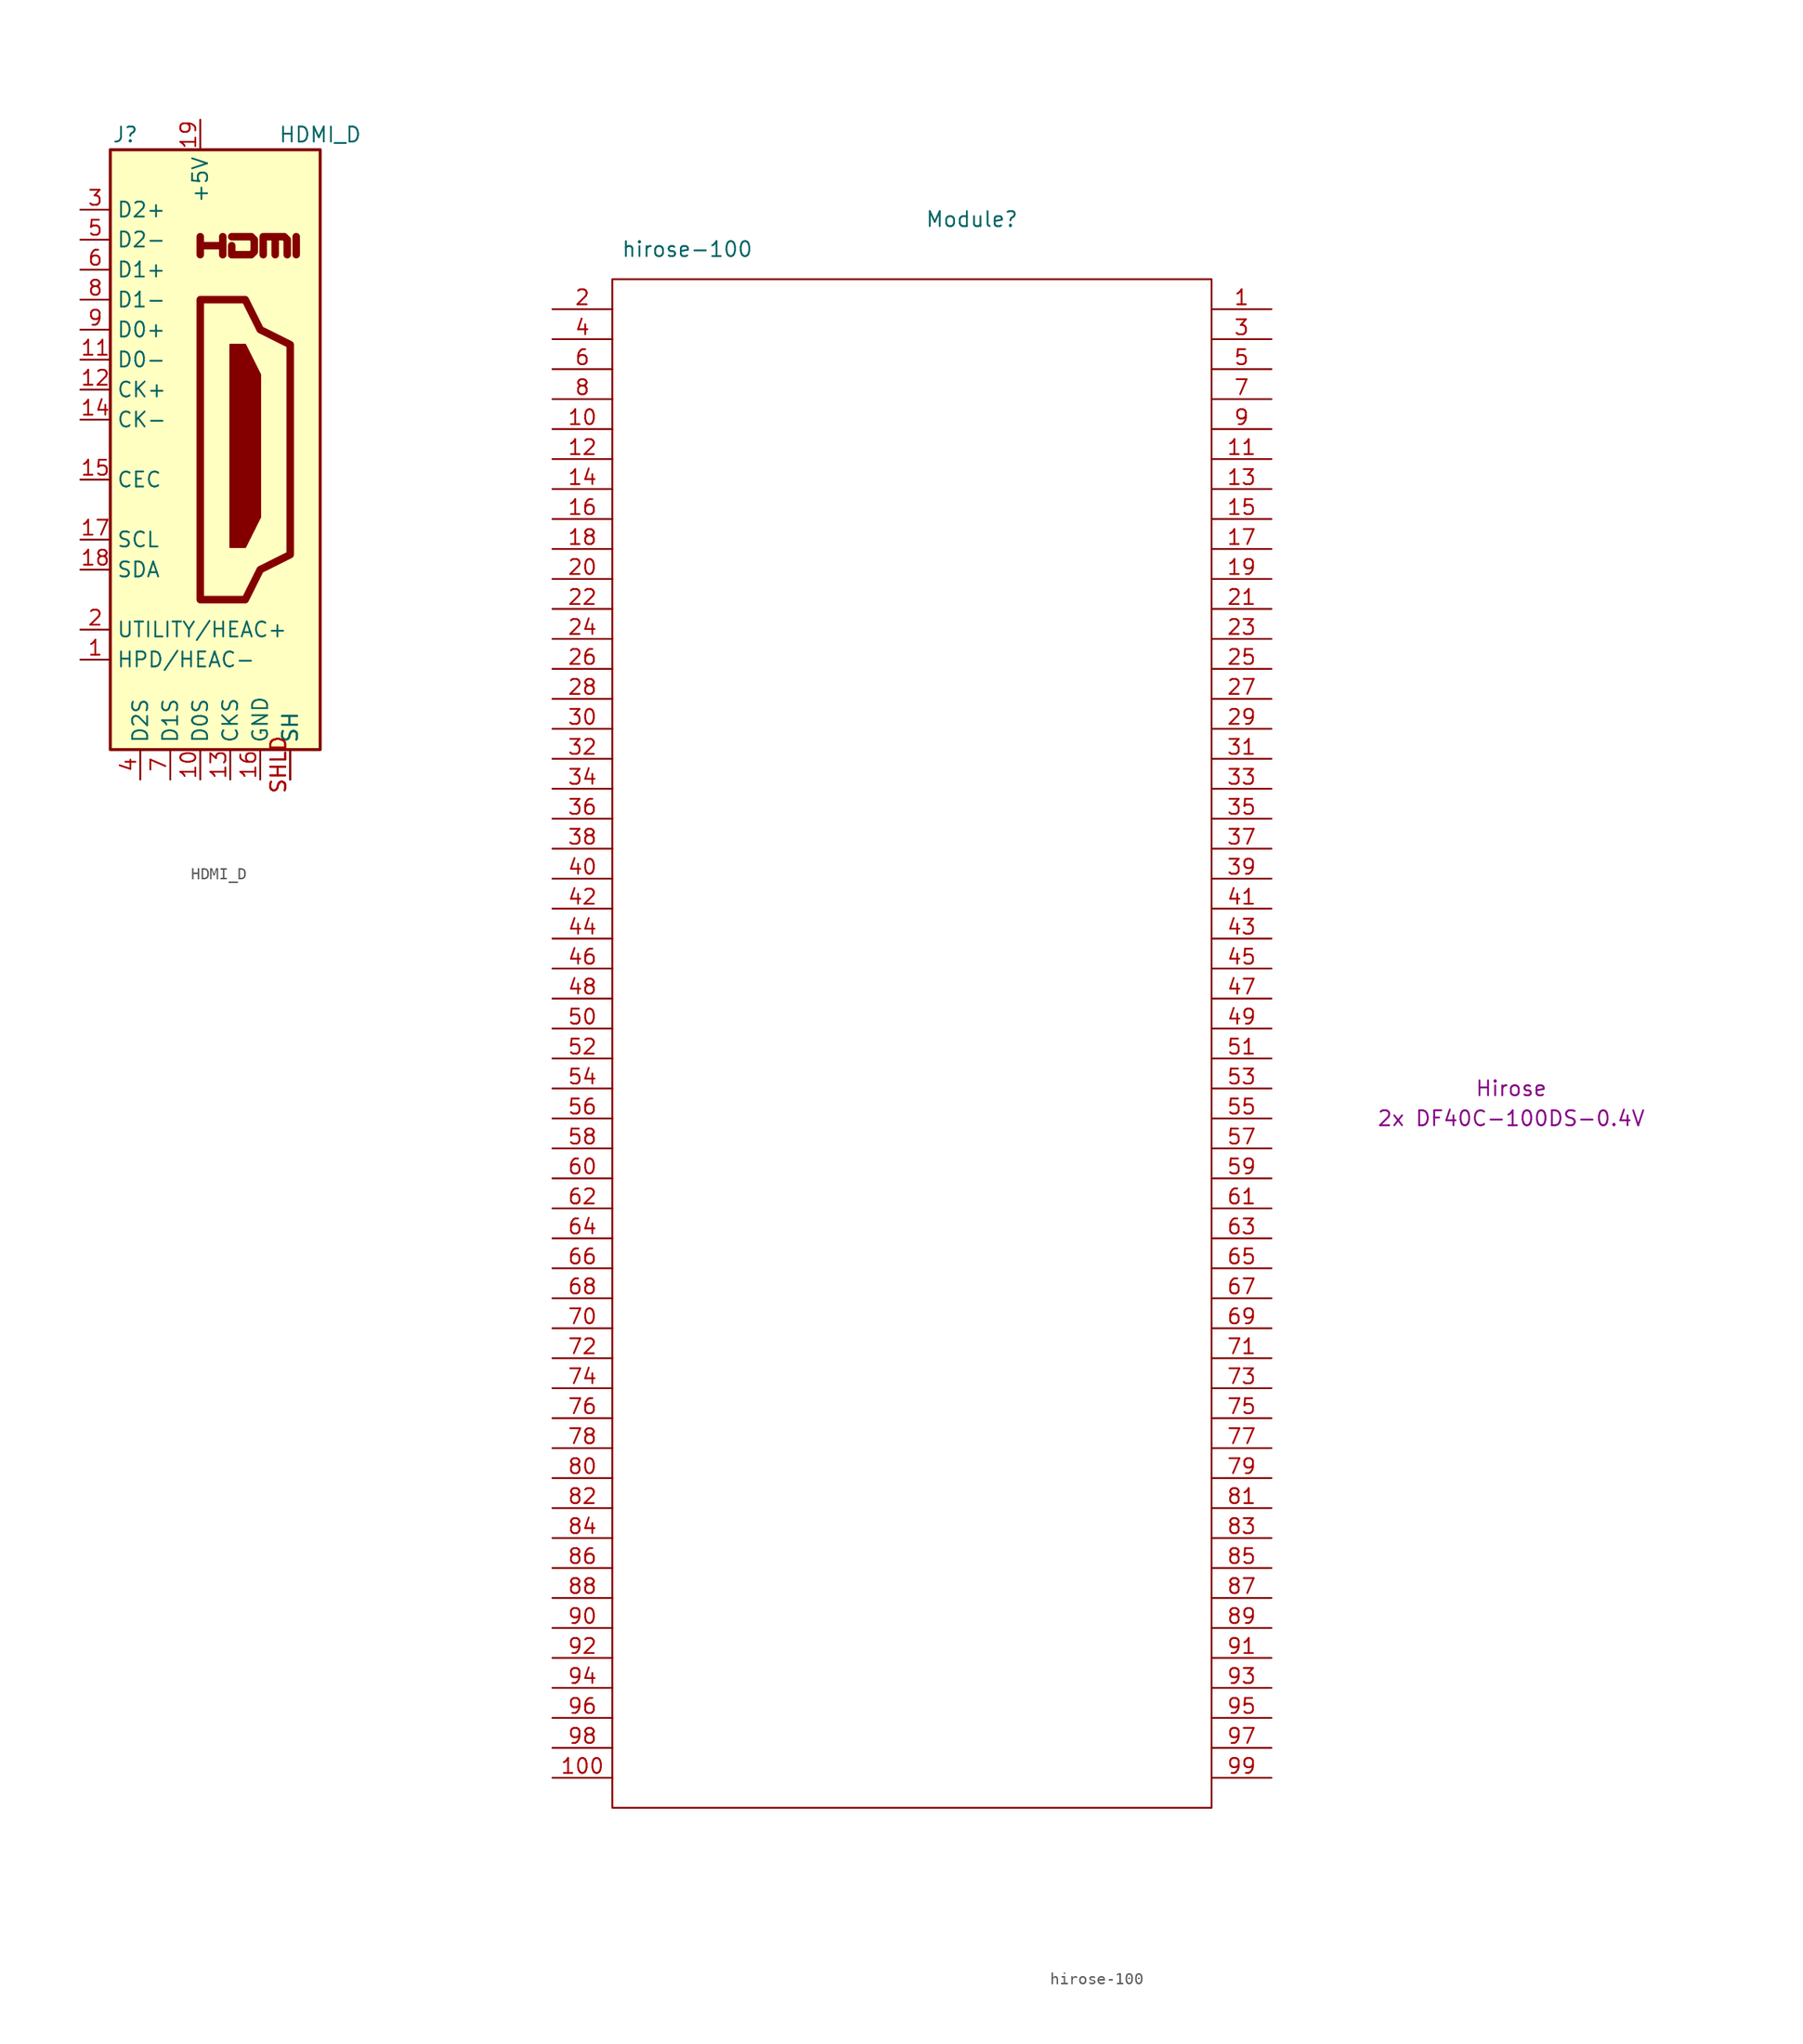
<source format=kicad_sym>
(kicad_symbol_lib
  (version 20201005)
  (generator kicad_symbol_editor)
  (symbol "cm4crypto:HDMI_D"
    (property "Reference" "J"
      (at -6.35 26.67 0)
      (effects (font (size 1.27 1.27))))
    (property "Value" "HDMI_D"
      (at 10.16 26.67 0)
      (effects (font (size 1.27 1.27))))
    (symbol "HDMI_D_0_0"
      (polyline (pts (xy 8.128 16.51) (xy 8.128 18.034)) (stroke (width 0.635)) (fill (type none)))
      (polyline (pts (xy 0 16.51) (xy 0 18.034) (xy 0 17.272) (xy 1.905 17.272) (xy 1.905 18.034) (xy 1.905 16.51)) (stroke (width 0.635)) (fill (type none)))
      (polyline (pts (xy 2.667 18.034) (xy 4.318 18.034) (xy 4.572 17.78) (xy 4.572 16.764) (xy 4.318 16.51) (xy 2.667 16.51) (xy 2.667 17.272)) (stroke (width 0.635)) (fill (type none)))
      (pin passive line (at 7.62 -27.94 90) (length 2.54) (name "SH" (effects (font (size 1.27 1.27)))) (number "SHLD" (effects (font (size 1.27 1.27)))))
      (pin passive line (at 7.62 -27.94 90) (length 2.54) (name "SH" (effects (font (size 1.27 1.27)))) (number "SHLD" (effects (font (size 1.27 1.27)))))
      (pin passive line (at 7.62 -27.94 90) (length 2.54) (name "SH" (effects (font (size 1.27 1.27)))) (number "SHLD" (effects (font (size 1.27 1.27))))))
    (symbol "HDMI_D_0_1"
      (rectangle (start -7.62 25.4) (end 10.16 -25.4) (stroke (width 0.254)) (fill (type background)))
      (polyline (pts (xy 5.334 16.51) (xy 5.334 18.034) (xy 6.35 18.034) (xy 6.35 16.51) (xy 6.35 18.034) (xy 7.112 18.034) (xy 7.366 17.78) (xy 7.366 16.51)) (stroke (width 0.635)) (fill (type none)))
      (polyline (pts (xy 0 12.7) (xy 0 -12.7) (xy 3.81 -12.7) (xy 5.08 -10.16) (xy 7.62 -8.89) (xy 7.62 8.89) (xy 5.08 10.16) (xy 3.81 12.7) (xy 0 12.7)) (stroke (width 0.635)) (fill (type none)))
      (polyline (pts (xy 2.54 8.89) (xy 3.81 8.89) (xy 5.08 6.35) (xy 5.08 -5.715) (xy 3.81 -8.255) (xy 2.54 -8.255) (xy 2.54 8.89)) (stroke (width 0)) (fill (type outline))))
    (symbol "HDMI_D_1_1"
      (pin passive line (at -10.16 -17.78 0) (length 2.54) (name "HPD/HEAC-" (effects (font (size 1.27 1.27)))) (number "1" (effects (font (size 1.27 1.27)))))
      (pin power_in line (at 0 -27.94 90) (length 2.54) (name "D0S" (effects (font (size 1.27 1.27)))) (number "10" (effects (font (size 1.27 1.27)))))
      (pin passive line (at -10.16 7.62 0) (length 2.54) (name "D0-" (effects (font (size 1.27 1.27)))) (number "11" (effects (font (size 1.27 1.27)))))
      (pin passive line (at -10.16 5.08 0) (length 2.54) (name "CK+" (effects (font (size 1.27 1.27)))) (number "12" (effects (font (size 1.27 1.27)))))
      (pin power_in line (at 2.54 -27.94 90) (length 2.54) (name "CKS" (effects (font (size 1.27 1.27)))) (number "13" (effects (font (size 1.27 1.27)))))
      (pin passive line (at -10.16 2.54 0) (length 2.54) (name "CK-" (effects (font (size 1.27 1.27)))) (number "14" (effects (font (size 1.27 1.27)))))
      (pin bidirectional line (at -10.16 -2.54 0) (length 2.54) (name "CEC" (effects (font (size 1.27 1.27)))) (number "15" (effects (font (size 1.27 1.27)))))
      (pin power_in line (at 5.08 -27.94 90) (length 2.54) (name "GND" (effects (font (size 1.27 1.27)))) (number "16" (effects (font (size 1.27 1.27)))))
      (pin passive line (at -10.16 -7.62 0) (length 2.54) (name "SCL" (effects (font (size 1.27 1.27)))) (number "17" (effects (font (size 1.27 1.27)))))
      (pin bidirectional line (at -10.16 -10.16 0) (length 2.54) (name "SDA" (effects (font (size 1.27 1.27)))) (number "18" (effects (font (size 1.27 1.27)))))
      (pin power_in line (at 0 27.94 270) (length 2.54) (name "+5V" (effects (font (size 1.27 1.27)))) (number "19" (effects (font (size 1.27 1.27)))))
      (pin passive line (at -10.16 -15.24 0) (length 2.54) (name "UTILITY/HEAC+" (effects (font (size 1.27 1.27)))) (number "2" (effects (font (size 1.27 1.27)))))
      (pin passive line (at -10.16 20.32 0) (length 2.54) (name "D2+" (effects (font (size 1.27 1.27)))) (number "3" (effects (font (size 1.27 1.27)))))
      (pin power_in line (at -5.08 -27.94 90) (length 2.54) (name "D2S" (effects (font (size 1.27 1.27)))) (number "4" (effects (font (size 1.27 1.27)))))
      (pin passive line (at -10.16 17.78 0) (length 2.54) (name "D2-" (effects (font (size 1.27 1.27)))) (number "5" (effects (font (size 1.27 1.27)))))
      (pin passive line (at -10.16 15.24 0) (length 2.54) (name "D1+" (effects (font (size 1.27 1.27)))) (number "6" (effects (font (size 1.27 1.27)))))
      (pin power_in line (at -2.54 -27.94 90) (length 2.54) (name "D1S" (effects (font (size 1.27 1.27)))) (number "7" (effects (font (size 1.27 1.27)))))
      (pin passive line (at -10.16 12.7 0) (length 2.54) (name "D1-" (effects (font (size 1.27 1.27)))) (number "8" (effects (font (size 1.27 1.27)))))
      (pin passive line (at -10.16 10.16 0) (length 2.54) (name "D0+" (effects (font (size 1.27 1.27)))) (number "9" (effects (font (size 1.27 1.27)))))
      (pin passive line (at 7.62 -27.94 90) (length 2.54) (name "SH" (effects (font (size 1.27 1.27)))) (number "SHLD" (effects (font (size 1.27 1.27)))))))
  (symbol "cm4crypto:hirose-100"
    (property "Reference" "Module"
      (at 2.54 68.58 0)
      (effects (font (size 1.27 1.27))))
    (property "Value" "hirose-100"
      (at -21.59 66.04 0)
      (effects (font (size 1.27 1.27))))
    (property "Field4" "Hirose"
      (at 48.26 -5.08 0)
      (effects (font (size 1.27 1.27))))
    (property "Field5" "2x DF40C-100DS-0.4V"
      (at 48.26 -7.62 0)
      (effects (font (size 1.27 1.27))))
    (symbol "hirose-100_1_1"
      (rectangle (start -27.94 -66.04) (end 22.86 63.5) (stroke (width 0)) (fill (type none)))
      (pin passive line (at 27.94 60.96 180) (length 5.08) (name "" (effects (font (size 1.27 1.27)))) (number "1" (effects (font (size 1.27 1.27)))))
      (pin passive line (at -33.02 50.8 0) (length 5.08) (name "" (effects (font (size 1.27 1.27)))) (number "10" (effects (font (size 1.27 1.27)))))
      (pin passive line (at -33.02 -63.5 0) (length 5.08) (name "" (effects (font (size 1.27 1.27)))) (number "100" (effects (font (size 1.27 1.27)))))
      (pin passive line (at 27.94 48.26 180) (length 5.08) (name "" (effects (font (size 1.27 1.27)))) (number "11" (effects (font (size 1.27 1.27)))))
      (pin passive line (at -33.02 48.26 0) (length 5.08) (name "" (effects (font (size 1.27 1.27)))) (number "12" (effects (font (size 1.27 1.27)))))
      (pin passive line (at 27.94 45.72 180) (length 5.08) (name "" (effects (font (size 1.27 1.27)))) (number "13" (effects (font (size 1.27 1.27)))))
      (pin passive line (at -33.02 45.72 0) (length 5.08) (name "" (effects (font (size 1.27 1.27)))) (number "14" (effects (font (size 1.27 1.27)))))
      (pin passive line (at 27.94 43.18 180) (length 5.08) (name "" (effects (font (size 1.27 1.27)))) (number "15" (effects (font (size 1.27 1.27)))))
      (pin passive line (at -33.02 43.18 0) (length 5.08) (name "" (effects (font (size 1.27 1.27)))) (number "16" (effects (font (size 1.27 1.27)))))
      (pin passive line (at 27.94 40.64 180) (length 5.08) (name "" (effects (font (size 1.27 1.27)))) (number "17" (effects (font (size 1.27 1.27)))))
      (pin passive line (at -33.02 40.64 0) (length 5.08) (name "" (effects (font (size 1.27 1.27)))) (number "18" (effects (font (size 1.27 1.27)))))
      (pin passive line (at 27.94 38.1 180) (length 5.08) (name "" (effects (font (size 1.27 1.27)))) (number "19" (effects (font (size 1.27 1.27)))))
      (pin passive line (at -33.02 60.96 0) (length 5.08) (name "" (effects (font (size 1.27 1.27)))) (number "2" (effects (font (size 1.27 1.27)))))
      (pin passive line (at -33.02 38.1 0) (length 5.08) (name "" (effects (font (size 1.27 1.27)))) (number "20" (effects (font (size 1.27 1.27)))))
      (pin passive line (at 27.94 35.56 180) (length 5.08) (name "" (effects (font (size 1.27 1.27)))) (number "21" (effects (font (size 1.27 1.27)))))
      (pin passive line (at -33.02 35.56 0) (length 5.08) (name "" (effects (font (size 1.27 1.27)))) (number "22" (effects (font (size 1.27 1.27)))))
      (pin passive line (at 27.94 33.02 180) (length 5.08) (name "" (effects (font (size 1.27 1.27)))) (number "23" (effects (font (size 1.27 1.27)))))
      (pin passive line (at -33.02 33.02 0) (length 5.08) (name "" (effects (font (size 1.27 1.27)))) (number "24" (effects (font (size 1.27 1.27)))))
      (pin passive line (at 27.94 30.48 180) (length 5.08) (name "" (effects (font (size 1.27 1.27)))) (number "25" (effects (font (size 1.27 1.27)))))
      (pin passive line (at -33.02 30.48 0) (length 5.08) (name "" (effects (font (size 1.27 1.27)))) (number "26" (effects (font (size 1.27 1.27)))))
      (pin passive line (at 27.94 27.94 180) (length 5.08) (name "" (effects (font (size 1.27 1.27)))) (number "27" (effects (font (size 1.27 1.27)))))
      (pin passive line (at -33.02 27.94 0) (length 5.08) (name "" (effects (font (size 1.27 1.27)))) (number "28" (effects (font (size 1.27 1.27)))))
      (pin passive line (at 27.94 25.4 180) (length 5.08) (name "" (effects (font (size 1.27 1.27)))) (number "29" (effects (font (size 1.27 1.27)))))
      (pin passive line (at 27.94 58.42 180) (length 5.08) (name "" (effects (font (size 1.27 1.27)))) (number "3" (effects (font (size 1.27 1.27)))))
      (pin passive line (at -33.02 25.4 0) (length 5.08) (name "" (effects (font (size 1.27 1.27)))) (number "30" (effects (font (size 1.27 1.27)))))
      (pin passive line (at 27.94 22.86 180) (length 5.08) (name "" (effects (font (size 1.27 1.27)))) (number "31" (effects (font (size 1.27 1.27)))))
      (pin passive line (at -33.02 22.86 0) (length 5.08) (name "" (effects (font (size 1.27 1.27)))) (number "32" (effects (font (size 1.27 1.27)))))
      (pin passive line (at 27.94 20.32 180) (length 5.08) (name "" (effects (font (size 1.27 1.27)))) (number "33" (effects (font (size 1.27 1.27)))))
      (pin passive line (at -33.02 20.32 0) (length 5.08) (name "" (effects (font (size 1.27 1.27)))) (number "34" (effects (font (size 1.27 1.27)))))
      (pin passive line (at 27.94 17.78 180) (length 5.08) (name "" (effects (font (size 1.27 1.27)))) (number "35" (effects (font (size 1.27 1.27)))))
      (pin passive line (at -33.02 17.78 0) (length 5.08) (name "" (effects (font (size 1.27 1.27)))) (number "36" (effects (font (size 1.27 1.27)))))
      (pin passive line (at 27.94 15.24 180) (length 5.08) (name "" (effects (font (size 1.27 1.27)))) (number "37" (effects (font (size 1.27 1.27)))))
      (pin passive line (at -33.02 15.24 0) (length 5.08) (name "" (effects (font (size 1.27 1.27)))) (number "38" (effects (font (size 1.27 1.27)))))
      (pin passive line (at 27.94 12.7 180) (length 5.08) (name "" (effects (font (size 1.27 1.27)))) (number "39" (effects (font (size 1.27 1.27)))))
      (pin passive line (at -33.02 58.42 0) (length 5.08) (name "" (effects (font (size 1.27 1.27)))) (number "4" (effects (font (size 1.27 1.27)))))
      (pin passive line (at -33.02 12.7 0) (length 5.08) (name "" (effects (font (size 1.27 1.27)))) (number "40" (effects (font (size 1.27 1.27)))))
      (pin passive line (at 27.94 10.16 180) (length 5.08) (name "" (effects (font (size 1.27 1.27)))) (number "41" (effects (font (size 1.27 1.27)))))
      (pin passive line (at -33.02 10.16 0) (length 5.08) (name "" (effects (font (size 1.27 1.27)))) (number "42" (effects (font (size 1.27 1.27)))))
      (pin passive line (at 27.94 7.62 180) (length 5.08) (name "" (effects (font (size 1.27 1.27)))) (number "43" (effects (font (size 1.27 1.27)))))
      (pin passive line (at -33.02 7.62 0) (length 5.08) (name "" (effects (font (size 1.27 1.27)))) (number "44" (effects (font (size 1.27 1.27)))))
      (pin passive line (at 27.94 5.08 180) (length 5.08) (name "" (effects (font (size 1.27 1.27)))) (number "45" (effects (font (size 1.27 1.27)))))
      (pin passive line (at -33.02 5.08 0) (length 5.08) (name "" (effects (font (size 1.27 1.27)))) (number "46" (effects (font (size 1.27 1.27)))))
      (pin passive line (at 27.94 2.54 180) (length 5.08) (name "" (effects (font (size 1.27 1.27)))) (number "47" (effects (font (size 1.27 1.27)))))
      (pin passive line (at -33.02 2.54 0) (length 5.08) (name "" (effects (font (size 1.27 1.27)))) (number "48" (effects (font (size 1.27 1.27)))))
      (pin passive line (at 27.94 0 180) (length 5.08) (name "" (effects (font (size 1.27 1.27)))) (number "49" (effects (font (size 1.27 1.27)))))
      (pin passive line (at 27.94 55.88 180) (length 5.08) (name "" (effects (font (size 1.27 1.27)))) (number "5" (effects (font (size 1.27 1.27)))))
      (pin passive line (at -33.02 0 0) (length 5.08) (name "" (effects (font (size 1.27 1.27)))) (number "50" (effects (font (size 1.27 1.27)))))
      (pin passive line (at 27.94 -2.54 180) (length 5.08) (name "" (effects (font (size 1.27 1.27)))) (number "51" (effects (font (size 1.27 1.27)))))
      (pin passive line (at -33.02 -2.54 0) (length 5.08) (name "" (effects (font (size 1.27 1.27)))) (number "52" (effects (font (size 1.27 1.27)))))
      (pin passive line (at 27.94 -5.08 180) (length 5.08) (name "" (effects (font (size 1.27 1.27)))) (number "53" (effects (font (size 1.27 1.27)))))
      (pin passive line (at -33.02 -5.08 0) (length 5.08) (name "" (effects (font (size 1.27 1.27)))) (number "54" (effects (font (size 1.27 1.27)))))
      (pin passive line (at 27.94 -7.62 180) (length 5.08) (name "" (effects (font (size 1.27 1.27)))) (number "55" (effects (font (size 1.27 1.27)))))
      (pin passive line (at -33.02 -7.62 0) (length 5.08) (name "" (effects (font (size 1.27 1.27)))) (number "56" (effects (font (size 1.27 1.27)))))
      (pin passive line (at 27.94 -10.16 180) (length 5.08) (name "" (effects (font (size 1.27 1.27)))) (number "57" (effects (font (size 1.27 1.27)))))
      (pin passive line (at -33.02 -10.16 0) (length 5.08) (name "" (effects (font (size 1.27 1.27)))) (number "58" (effects (font (size 1.27 1.27)))))
      (pin passive line (at 27.94 -12.7 180) (length 5.08) (name "" (effects (font (size 1.27 1.27)))) (number "59" (effects (font (size 1.27 1.27)))))
      (pin passive line (at -33.02 55.88 0) (length 5.08) (name "" (effects (font (size 1.27 1.27)))) (number "6" (effects (font (size 1.27 1.27)))))
      (pin passive line (at -33.02 -12.7 0) (length 5.08) (name "" (effects (font (size 1.27 1.27)))) (number "60" (effects (font (size 1.27 1.27)))))
      (pin passive line (at 27.94 -15.24 180) (length 5.08) (name "" (effects (font (size 1.27 1.27)))) (number "61" (effects (font (size 1.27 1.27)))))
      (pin passive line (at -33.02 -15.24 0) (length 5.08) (name "" (effects (font (size 1.27 1.27)))) (number "62" (effects (font (size 1.27 1.27)))))
      (pin passive line (at 27.94 -17.78 180) (length 5.08) (name "" (effects (font (size 1.27 1.27)))) (number "63" (effects (font (size 1.27 1.27)))))
      (pin passive line (at -33.02 -17.78 0) (length 5.08) (name "" (effects (font (size 1.27 1.27)))) (number "64" (effects (font (size 1.27 1.27)))))
      (pin passive line (at 27.94 -20.32 180) (length 5.08) (name "" (effects (font (size 1.27 1.27)))) (number "65" (effects (font (size 1.27 1.27)))))
      (pin passive line (at -33.02 -20.32 0) (length 5.08) (name "" (effects (font (size 1.27 1.27)))) (number "66" (effects (font (size 1.27 1.27)))))
      (pin passive line (at 27.94 -22.86 180) (length 5.08) (name "" (effects (font (size 1.27 1.27)))) (number "67" (effects (font (size 1.27 1.27)))))
      (pin passive line (at -33.02 -22.86 0) (length 5.08) (name "" (effects (font (size 1.27 1.27)))) (number "68" (effects (font (size 1.27 1.27)))))
      (pin passive line (at 27.94 -25.4 180) (length 5.08) (name "" (effects (font (size 1.27 1.27)))) (number "69" (effects (font (size 1.27 1.27)))))
      (pin passive line (at 27.94 53.34 180) (length 5.08) (name "" (effects (font (size 1.27 1.27)))) (number "7" (effects (font (size 1.27 1.27)))))
      (pin passive line (at -33.02 -25.4 0) (length 5.08) (name "" (effects (font (size 1.27 1.27)))) (number "70" (effects (font (size 1.27 1.27)))))
      (pin passive line (at 27.94 -27.94 180) (length 5.08) (name "" (effects (font (size 1.27 1.27)))) (number "71" (effects (font (size 1.27 1.27)))))
      (pin passive line (at -33.02 -27.94 0) (length 5.08) (name "" (effects (font (size 1.27 1.27)))) (number "72" (effects (font (size 1.27 1.27)))))
      (pin passive line (at 27.94 -30.48 180) (length 5.08) (name "" (effects (font (size 1.27 1.27)))) (number "73" (effects (font (size 1.27 1.27)))))
      (pin passive line (at -33.02 -30.48 0) (length 5.08) (name "" (effects (font (size 1.27 1.27)))) (number "74" (effects (font (size 1.27 1.27)))))
      (pin passive line (at 27.94 -33.02 180) (length 5.08) (name "" (effects (font (size 1.27 1.27)))) (number "75" (effects (font (size 1.27 1.27)))))
      (pin passive line (at -33.02 -33.02 0) (length 5.08) (name "" (effects (font (size 1.27 1.27)))) (number "76" (effects (font (size 1.27 1.27)))))
      (pin passive line (at 27.94 -35.56 180) (length 5.08) (name "" (effects (font (size 1.27 1.27)))) (number "77" (effects (font (size 1.27 1.27)))))
      (pin passive line (at -33.02 -35.56 0) (length 5.08) (name "" (effects (font (size 1.27 1.27)))) (number "78" (effects (font (size 1.27 1.27)))))
      (pin passive line (at 27.94 -38.1 180) (length 5.08) (name "" (effects (font (size 1.27 1.27)))) (number "79" (effects (font (size 1.27 1.27)))))
      (pin passive line (at -33.02 53.34 0) (length 5.08) (name "" (effects (font (size 1.27 1.27)))) (number "8" (effects (font (size 1.27 1.27)))))
      (pin passive line (at -33.02 -38.1 0) (length 5.08) (name "" (effects (font (size 1.27 1.27)))) (number "80" (effects (font (size 1.27 1.27)))))
      (pin passive line (at 27.94 -40.64 180) (length 5.08) (name "" (effects (font (size 1.27 1.27)))) (number "81" (effects (font (size 1.27 1.27)))))
      (pin passive line (at -33.02 -40.64 0) (length 5.08) (name "" (effects (font (size 1.27 1.27)))) (number "82" (effects (font (size 1.27 1.27)))))
      (pin passive line (at 27.94 -43.18 180) (length 5.08) (name "" (effects (font (size 1.27 1.27)))) (number "83" (effects (font (size 1.27 1.27)))))
      (pin passive line (at -33.02 -43.18 0) (length 5.08) (name "" (effects (font (size 1.27 1.27)))) (number "84" (effects (font (size 1.27 1.27)))))
      (pin passive line (at 27.94 -45.72 180) (length 5.08) (name "" (effects (font (size 1.27 1.27)))) (number "85" (effects (font (size 1.27 1.27)))))
      (pin passive line (at -33.02 -45.72 0) (length 5.08) (name "" (effects (font (size 1.27 1.27)))) (number "86" (effects (font (size 1.27 1.27)))))
      (pin passive line (at 27.94 -48.26 180) (length 5.08) (name "" (effects (font (size 1.27 1.27)))) (number "87" (effects (font (size 1.27 1.27)))))
      (pin passive line (at -33.02 -48.26 0) (length 5.08) (name "" (effects (font (size 1.27 1.27)))) (number "88" (effects (font (size 1.27 1.27)))))
      (pin passive line (at 27.94 -50.8 180) (length 5.08) (name "" (effects (font (size 1.27 1.27)))) (number "89" (effects (font (size 1.27 1.27)))))
      (pin passive line (at 27.94 50.8 180) (length 5.08) (name "" (effects (font (size 1.27 1.27)))) (number "9" (effects (font (size 1.27 1.27)))))
      (pin passive line (at -33.02 -50.8 0) (length 5.08) (name "" (effects (font (size 1.27 1.27)))) (number "90" (effects (font (size 1.27 1.27)))))
      (pin passive line (at 27.94 -53.34 180) (length 5.08) (name "" (effects (font (size 1.27 1.27)))) (number "91" (effects (font (size 1.27 1.27)))))
      (pin passive line (at -33.02 -53.34 0) (length 5.08) (name "" (effects (font (size 1.27 1.27)))) (number "92" (effects (font (size 1.27 1.27)))))
      (pin passive line (at 27.94 -55.88 180) (length 5.08) (name "" (effects (font (size 1.27 1.27)))) (number "93" (effects (font (size 1.27 1.27)))))
      (pin passive line (at -33.02 -55.88 0) (length 5.08) (name "" (effects (font (size 1.27 1.27)))) (number "94" (effects (font (size 1.27 1.27)))))
      (pin passive line (at 27.94 -58.42 180) (length 5.08) (name "" (effects (font (size 1.27 1.27)))) (number "95" (effects (font (size 1.27 1.27)))))
      (pin passive line (at -33.02 -58.42 0) (length 5.08) (name "" (effects (font (size 1.27 1.27)))) (number "96" (effects (font (size 1.27 1.27)))))
      (pin passive line (at 27.94 -60.96 180) (length 5.08) (name "" (effects (font (size 1.27 1.27)))) (number "97" (effects (font (size 1.27 1.27)))))
      (pin passive line (at -33.02 -60.96 0) (length 5.08) (name "" (effects (font (size 1.27 1.27)))) (number "98" (effects (font (size 1.27 1.27)))))
      (pin passive line (at 27.94 -63.5 180) (length 5.08) (name "" (effects (font (size 1.27 1.27)))) (number "99" (effects (font (size 1.27 1.27))))))))
</source>
